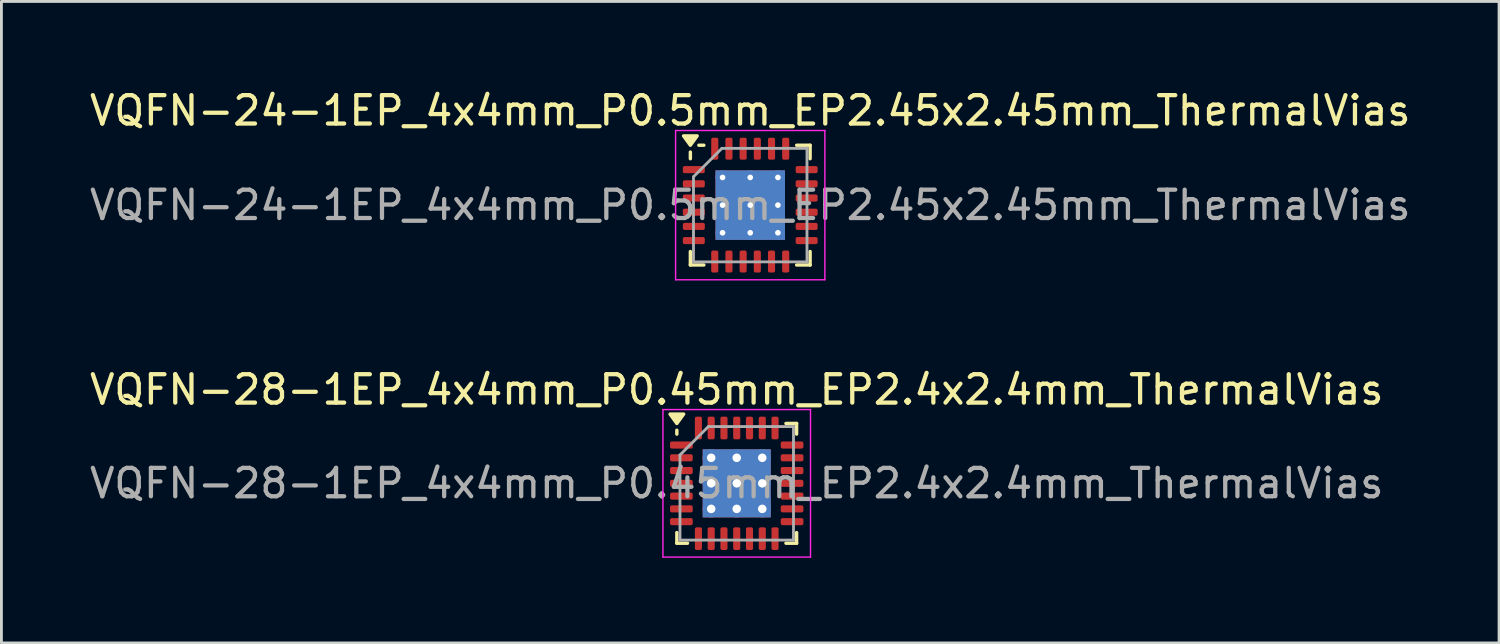
<source format=kicad_pcb>
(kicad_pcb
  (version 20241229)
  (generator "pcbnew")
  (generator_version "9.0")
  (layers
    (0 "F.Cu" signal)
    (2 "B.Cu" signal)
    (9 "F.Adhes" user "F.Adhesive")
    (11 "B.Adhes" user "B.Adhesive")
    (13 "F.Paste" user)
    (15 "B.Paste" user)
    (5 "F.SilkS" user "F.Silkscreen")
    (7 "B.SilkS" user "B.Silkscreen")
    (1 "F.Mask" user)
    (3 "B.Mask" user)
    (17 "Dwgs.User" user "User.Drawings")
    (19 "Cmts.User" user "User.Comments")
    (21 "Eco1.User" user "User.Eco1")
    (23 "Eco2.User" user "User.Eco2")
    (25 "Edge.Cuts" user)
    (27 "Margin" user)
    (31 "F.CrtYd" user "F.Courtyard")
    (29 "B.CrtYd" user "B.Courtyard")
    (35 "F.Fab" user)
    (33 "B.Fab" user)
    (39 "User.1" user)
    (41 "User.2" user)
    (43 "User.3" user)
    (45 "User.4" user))
  (footprint "VQFN-24-1EP_4x4mm_P0.5mm_EP2.45x2.45mm_ThermalVias"
    (layer "F.Cu")
    (at 23.387 4.178)
    (property "Reference" "VQFN-24-1EP_4x4mm_P0.5mm_EP2.45x2.45mm_ThermalVias" (at 0 -3.33 0) (layer "F.SilkS") (effects (font (size 1 1) (thickness 0.15))))
    (attr smd)
    (fp_line (start -2.11 -1.635) (end -2.11 -1.87) (stroke (width 0.12) (type solid)) (layer "F.SilkS"))
    (fp_line (start -2.11 2.11) (end -2.11 1.635) (stroke (width 0.12) (type solid)) (layer "F.SilkS"))
    (fp_line (start -1.635 -2.11) (end -1.81 -2.11) (stroke (width 0.12) (type solid)) (layer "F.SilkS"))
    (fp_line (start -1.635 2.11) (end -2.11 2.11) (stroke (width 0.12) (type solid)) (layer "F.SilkS"))
    (fp_line (start 1.635 -2.11) (end 2.11 -2.11) (stroke (width 0.12) (type solid)) (layer "F.SilkS"))
    (fp_line (start 1.635 2.11) (end 2.11 2.11) (stroke (width 0.12) (type solid)) (layer "F.SilkS"))
    (fp_line (start 2.11 -2.11) (end 2.11 -1.635) (stroke (width 0.12) (type solid)) (layer "F.SilkS"))
    (fp_line (start 2.11 2.11) (end 2.11 1.635) (stroke (width 0.12) (type solid)) (layer "F.SilkS"))
    (fp_poly (pts (xy -2.11 -2.11) (xy -2.35 -2.44) (xy -1.87 -2.44) (xy -2.11 -2.11)) (stroke (width 0.12) (type solid)) (fill yes) (layer "F.SilkS"))
    (fp_line (start -2.63 -2.63) (end -2.63 2.63) (stroke (width 0.05) (type solid)) (layer "F.CrtYd"))
    (fp_line (start -2.63 2.63) (end 2.63 2.63) (stroke (width 0.05) (type solid)) (layer "F.CrtYd"))
    (fp_line (start 2.63 -2.63) (end -2.63 -2.63) (stroke (width 0.05) (type solid)) (layer "F.CrtYd"))
    (fp_line (start 2.63 2.63) (end 2.63 -2.63) (stroke (width 0.05) (type solid)) (layer "F.CrtYd"))
    (fp_line (start -2 -1) (end -1 -2) (stroke (width 0.1) (type solid)) (layer "F.Fab"))
    (fp_line (start -2 2) (end -2 -1) (stroke (width 0.1) (type solid)) (layer "F.Fab"))
    (fp_line (start -1 -2) (end 2 -2) (stroke (width 0.1) (type solid)) (layer "F.Fab"))
    (fp_line (start 2 -2) (end 2 2) (stroke (width 0.1) (type solid)) (layer "F.Fab"))
    (fp_line (start 2 2) (end -2 2) (stroke (width 0.1) (type solid)) (layer "F.Fab"))
    (fp_text user "${REFERENCE}" (at 0 0 0) (layer "F.Fab") (effects (font (size 1 1) (thickness 0.15))))
    (pad "" smd custom (at -0.56 -0.56) (size 0.756 0.756) (layers "F.Paste") (options (anchor circle)) (primitives (gr_poly (pts (xy -0.301 -0.175) (xy -0.175 -0.301) (xy 0.175 -0.301) (xy 0.301 -0.175) (xy 0.301 0.175) (xy 0.175 0.301) (xy -0.175 0.301) (xy -0.301 0.175)) (width 0.306) (fill yes))))
    (pad "" smd custom (at -0.56 0.56) (size 0.756 0.756) (layers "F.Paste") (options (anchor circle)) (primitives (gr_poly (pts (xy -0.301 -0.175) (xy -0.175 -0.301) (xy 0.175 -0.301) (xy 0.301 -0.175) (xy 0.301 0.175) (xy 0.175 0.301) (xy -0.175 0.301) (xy -0.301 0.175)) (width 0.306) (fill yes))))
    (pad "" smd custom (at 0.56 -0.56) (size 0.756 0.756) (layers "F.Paste") (options (anchor circle)) (primitives (gr_poly (pts (xy -0.301 -0.175) (xy -0.175 -0.301) (xy 0.175 -0.301) (xy 0.301 -0.175) (xy 0.301 0.175) (xy 0.175 0.301) (xy -0.175 0.301) (xy -0.301 0.175)) (width 0.306) (fill yes))))
    (pad "" smd custom (at 0.56 0.56) (size 0.756 0.756) (layers "F.Paste") (options (anchor circle)) (primitives (gr_poly (pts (xy -0.301 -0.175) (xy -0.175 -0.301) (xy 0.175 -0.301) (xy 0.301 -0.175) (xy 0.301 0.175) (xy 0.175 0.301) (xy -0.175 0.301) (xy -0.301 0.175)) (width 0.306) (fill yes))))
    (pad "1" smd roundrect (at -1.988 -1.25) (size 0.775 0.25) (layers "F.Cu" "F.Mask" "F.Paste") (roundrect_rratio 0.25))
    (pad "2" smd roundrect (at -1.988 -0.75) (size 0.775 0.25) (layers "F.Cu" "F.Mask" "F.Paste") (roundrect_rratio 0.25))
    (pad "3" smd roundrect (at -1.988 -0.25) (size 0.775 0.25) (layers "F.Cu" "F.Mask" "F.Paste") (roundrect_rratio 0.25))
    (pad "4" smd roundrect (at -1.988 0.25) (size 0.775 0.25) (layers "F.Cu" "F.Mask" "F.Paste") (roundrect_rratio 0.25))
    (pad "5" smd roundrect (at -1.988 0.75) (size 0.775 0.25) (layers "F.Cu" "F.Mask" "F.Paste") (roundrect_rratio 0.25))
    (pad "6" smd roundrect (at -1.988 1.25) (size 0.775 0.25) (layers "F.Cu" "F.Mask" "F.Paste") (roundrect_rratio 0.25))
    (pad "7" smd roundrect (at -1.25 1.988) (size 0.25 0.775) (layers "F.Cu" "F.Mask" "F.Paste") (roundrect_rratio 0.25))
    (pad "8" smd roundrect (at -0.75 1.988) (size 0.25 0.775) (layers "F.Cu" "F.Mask" "F.Paste") (roundrect_rratio 0.25))
    (pad "9" smd roundrect (at -0.25 1.988) (size 0.25 0.775) (layers "F.Cu" "F.Mask" "F.Paste") (roundrect_rratio 0.25))
    (pad "10" smd roundrect (at 0.25 1.988) (size 0.25 0.775) (layers "F.Cu" "F.Mask" "F.Paste") (roundrect_rratio 0.25))
    (pad "11" smd roundrect (at 0.75 1.988) (size 0.25 0.775) (layers "F.Cu" "F.Mask" "F.Paste") (roundrect_rratio 0.25))
    (pad "12" smd roundrect (at 1.25 1.988) (size 0.25 0.775) (layers "F.Cu" "F.Mask" "F.Paste") (roundrect_rratio 0.25))
    (pad "13" smd roundrect (at 1.988 1.25) (size 0.775 0.25) (layers "F.Cu" "F.Mask" "F.Paste") (roundrect_rratio 0.25))
    (pad "14" smd roundrect (at 1.988 0.75) (size 0.775 0.25) (layers "F.Cu" "F.Mask" "F.Paste") (roundrect_rratio 0.25))
    (pad "15" smd roundrect (at 1.988 0.25) (size 0.775 0.25) (layers "F.Cu" "F.Mask" "F.Paste") (roundrect_rratio 0.25))
    (pad "16" smd roundrect (at 1.988 -0.25) (size 0.775 0.25) (layers "F.Cu" "F.Mask" "F.Paste") (roundrect_rratio 0.25))
    (pad "17" smd roundrect (at 1.988 -0.75) (size 0.775 0.25) (layers "F.Cu" "F.Mask" "F.Paste") (roundrect_rratio 0.25))
    (pad "18" smd roundrect (at 1.988 -1.25) (size 0.775 0.25) (layers "F.Cu" "F.Mask" "F.Paste") (roundrect_rratio 0.25))
    (pad "19" smd roundrect (at 1.25 -1.988) (size 0.25 0.775) (layers "F.Cu" "F.Mask" "F.Paste") (roundrect_rratio 0.25))
    (pad "20" smd roundrect (at 0.75 -1.988) (size 0.25 0.775) (layers "F.Cu" "F.Mask" "F.Paste") (roundrect_rratio 0.25))
    (pad "21" smd roundrect (at 0.25 -1.988) (size 0.25 0.775) (layers "F.Cu" "F.Mask" "F.Paste") (roundrect_rratio 0.25))
    (pad "22" smd roundrect (at -0.25 -1.988) (size 0.25 0.775) (layers "F.Cu" "F.Mask" "F.Paste") (roundrect_rratio 0.25))
    (pad "23" smd roundrect (at -0.75 -1.988) (size 0.25 0.775) (layers "F.Cu" "F.Mask" "F.Paste") (roundrect_rratio 0.25))
    (pad "24" smd roundrect (at -1.25 -1.988) (size 0.25 0.775) (layers "F.Cu" "F.Mask" "F.Paste") (roundrect_rratio 0.25))
    (pad "25" thru_hole circle (at -0.975 -0.975) (size 0.5 0.5) (drill 0.2) (property pad_prop_heatsink) (layers "*.Cu"))
    (pad "25" thru_hole circle (at -0.975 0) (size 0.5 0.5) (drill 0.2) (property pad_prop_heatsink) (layers "*.Cu"))
    (pad "25" thru_hole circle (at -0.975 0.975) (size 0.5 0.5) (drill 0.2) (property pad_prop_heatsink) (layers "*.Cu"))
    (pad "25" thru_hole circle (at 0 -0.975) (size 0.5 0.5) (drill 0.2) (property pad_prop_heatsink) (layers "*.Cu"))
    (pad "25" thru_hole circle (at 0 0) (size 0.5 0.5) (drill 0.2) (property pad_prop_heatsink) (layers "*.Cu"))
    (pad "25" smd rect (at 0 0) (size 2.45 2.45) (property pad_prop_heatsink) (layers "F.Cu" "F.Mask"))
    (pad "25" smd rect (at 0 0) (size 2.45 2.45) (property pad_prop_heatsink) (layers "B.Cu"))
    (pad "25" thru_hole circle (at 0 0.975) (size 0.5 0.5) (drill 0.2) (property pad_prop_heatsink) (layers "*.Cu"))
    (pad "25" thru_hole circle (at 0.975 -0.975) (size 0.5 0.5) (drill 0.2) (property pad_prop_heatsink) (layers "*.Cu"))
    (pad "25" thru_hole circle (at 0.975 0) (size 0.5 0.5) (drill 0.2) (property pad_prop_heatsink) (layers "*.Cu"))
    (pad "25" thru_hole circle (at 0.975 0.975) (size 0.5 0.5) (drill 0.2) (property pad_prop_heatsink) (layers "*.Cu")))
  (footprint "VQFN-28-1EP_4x4mm_P0.45mm_EP2.4x2.4mm_ThermalVias"
    (layer "F.Cu")
    (at 22.911 13.982)
    (property "Reference" "VQFN-28-1EP_4x4mm_P0.45mm_EP2.4x2.4mm_ThermalVias" (at 0 -3.3 0) (layer "F.SilkS") (effects (font (size 1 1) (thickness 0.15))))
    (attr smd)
    (fp_line (start -2.11 -1.735) (end -2.11 -1.87) (stroke (width 0.12) (type solid)) (layer "F.SilkS"))
    (fp_line (start -2.11 2.11) (end -2.11 1.735) (stroke (width 0.12) (type solid)) (layer "F.SilkS"))
    (fp_line (start -1.735 2.11) (end -2.11 2.11) (stroke (width 0.12) (type solid)) (layer "F.SilkS"))
    (fp_line (start 1.735 -2.11) (end 2.11 -2.11) (stroke (width 0.12) (type solid)) (layer "F.SilkS"))
    (fp_line (start 1.735 2.11) (end 2.11 2.11) (stroke (width 0.12) (type solid)) (layer "F.SilkS"))
    (fp_line (start 2.11 -2.11) (end 2.11 -1.735) (stroke (width 0.12) (type solid)) (layer "F.SilkS"))
    (fp_line (start 2.11 2.11) (end 2.11 1.735) (stroke (width 0.12) (type solid)) (layer "F.SilkS"))
    (fp_poly (pts (xy -2.11 -2.11) (xy -2.35 -2.44) (xy -1.87 -2.44) (xy -2.11 -2.11)) (stroke (width 0.12) (type solid)) (fill yes) (layer "F.SilkS"))
    (fp_line (start -2.6 -2.6) (end -2.6 2.6) (stroke (width 0.05) (type solid)) (layer "F.CrtYd"))
    (fp_line (start -2.6 2.6) (end 2.6 2.6) (stroke (width 0.05) (type solid)) (layer "F.CrtYd"))
    (fp_line (start 2.6 -2.6) (end -2.6 -2.6) (stroke (width 0.05) (type solid)) (layer "F.CrtYd"))
    (fp_line (start 2.6 2.6) (end 2.6 -2.6) (stroke (width 0.05) (type solid)) (layer "F.CrtYd"))
    (fp_line (start -2 -1) (end -1 -2) (stroke (width 0.1) (type solid)) (layer "F.Fab"))
    (fp_line (start -2 2) (end -2 -1) (stroke (width 0.1) (type solid)) (layer "F.Fab"))
    (fp_line (start -1 -2) (end 2 -2) (stroke (width 0.1) (type solid)) (layer "F.Fab"))
    (fp_line (start 2 -2) (end 2 2) (stroke (width 0.1) (type solid)) (layer "F.Fab"))
    (fp_line (start 2 2) (end -2 2) (stroke (width 0.1) (type solid)) (layer "F.Fab"))
    (fp_text user "${REFERENCE}" (at 0 0 0) (layer "F.Fab") (effects (font (size 1 1) (thickness 0.15))))
    (pad "" smd roundrect (at -0.6 -0.6) (size 1 1) (layers "F.Paste") (roundrect_rratio 0.25))
    (pad "" smd roundrect (at -0.6 0.6) (size 1 1) (layers "F.Paste") (roundrect_rratio 0.25))
    (pad "" smd roundrect (at 0.6 -0.6) (size 1 1) (layers "F.Paste") (roundrect_rratio 0.25))
    (pad "" smd roundrect (at 0.6 0.6) (size 1 1) (layers "F.Paste") (roundrect_rratio 0.25))
    (pad "1" smd roundrect (at -1.95 -1.35) (size 0.8 0.25) (layers "F.Cu" "F.Mask" "F.Paste") (roundrect_rratio 0.25))
    (pad "2" smd roundrect (at -1.95 -0.9) (size 0.8 0.25) (layers "F.Cu" "F.Mask" "F.Paste") (roundrect_rratio 0.25))
    (pad "3" smd roundrect (at -1.95 -0.45) (size 0.8 0.25) (layers "F.Cu" "F.Mask" "F.Paste") (roundrect_rratio 0.25))
    (pad "4" smd roundrect (at -1.95 0) (size 0.8 0.25) (layers "F.Cu" "F.Mask" "F.Paste") (roundrect_rratio 0.25))
    (pad "5" smd roundrect (at -1.95 0.45) (size 0.8 0.25) (layers "F.Cu" "F.Mask" "F.Paste") (roundrect_rratio 0.25))
    (pad "6" smd roundrect (at -1.95 0.9) (size 0.8 0.25) (layers "F.Cu" "F.Mask" "F.Paste") (roundrect_rratio 0.25))
    (pad "7" smd roundrect (at -1.95 1.35) (size 0.8 0.25) (layers "F.Cu" "F.Mask" "F.Paste") (roundrect_rratio 0.25))
    (pad "8" smd roundrect (at -1.35 1.95) (size 0.25 0.8) (layers "F.Cu" "F.Mask" "F.Paste") (roundrect_rratio 0.25))
    (pad "9" smd roundrect (at -0.9 1.95) (size 0.25 0.8) (layers "F.Cu" "F.Mask" "F.Paste") (roundrect_rratio 0.25))
    (pad "10" smd roundrect (at -0.45 1.95) (size 0.25 0.8) (layers "F.Cu" "F.Mask" "F.Paste") (roundrect_rratio 0.25))
    (pad "11" smd roundrect (at 0 1.95) (size 0.25 0.8) (layers "F.Cu" "F.Mask" "F.Paste") (roundrect_rratio 0.25))
    (pad "12" smd roundrect (at 0.45 1.95) (size 0.25 0.8) (layers "F.Cu" "F.Mask" "F.Paste") (roundrect_rratio 0.25))
    (pad "13" smd roundrect (at 0.9 1.95) (size 0.25 0.8) (layers "F.Cu" "F.Mask" "F.Paste") (roundrect_rratio 0.25))
    (pad "14" smd roundrect (at 1.35 1.95) (size 0.25 0.8) (layers "F.Cu" "F.Mask" "F.Paste") (roundrect_rratio 0.25))
    (pad "15" smd roundrect (at 1.95 1.35) (size 0.8 0.25) (layers "F.Cu" "F.Mask" "F.Paste") (roundrect_rratio 0.25))
    (pad "16" smd roundrect (at 1.95 0.9) (size 0.8 0.25) (layers "F.Cu" "F.Mask" "F.Paste") (roundrect_rratio 0.25))
    (pad "17" smd roundrect (at 1.95 0.45) (size 0.8 0.25) (layers "F.Cu" "F.Mask" "F.Paste") (roundrect_rratio 0.25))
    (pad "18" smd roundrect (at 1.95 0) (size 0.8 0.25) (layers "F.Cu" "F.Mask" "F.Paste") (roundrect_rratio 0.25))
    (pad "19" smd roundrect (at 1.95 -0.45) (size 0.8 0.25) (layers "F.Cu" "F.Mask" "F.Paste") (roundrect_rratio 0.25))
    (pad "20" smd roundrect (at 1.95 -0.9) (size 0.8 0.25) (layers "F.Cu" "F.Mask" "F.Paste") (roundrect_rratio 0.25))
    (pad "21" smd roundrect (at 1.95 -1.35) (size 0.8 0.25) (layers "F.Cu" "F.Mask" "F.Paste") (roundrect_rratio 0.25))
    (pad "22" smd roundrect (at 1.35 -1.95) (size 0.25 0.8) (layers "F.Cu" "F.Mask" "F.Paste") (roundrect_rratio 0.25))
    (pad "23" smd roundrect (at 0.9 -1.95) (size 0.25 0.8) (layers "F.Cu" "F.Mask" "F.Paste") (roundrect_rratio 0.25))
    (pad "24" smd roundrect (at 0.45 -1.95) (size 0.25 0.8) (layers "F.Cu" "F.Mask" "F.Paste") (roundrect_rratio 0.25))
    (pad "25" smd roundrect (at 0 -1.95) (size 0.25 0.8) (layers "F.Cu" "F.Mask" "F.Paste") (roundrect_rratio 0.25))
    (pad "26" smd roundrect (at -0.45 -1.95) (size 0.25 0.8) (layers "F.Cu" "F.Mask" "F.Paste") (roundrect_rratio 0.25))
    (pad "27" smd roundrect (at -0.9 -1.95) (size 0.25 0.8) (layers "F.Cu" "F.Mask" "F.Paste") (roundrect_rratio 0.25))
    (pad "28" smd roundrect (at -1.35 -1.95) (size 0.25 0.8) (layers "F.Cu" "F.Mask" "F.Paste") (roundrect_rratio 0.25))
    (pad "29" thru_hole circle (at -0.9 -0.9) (size 0.6 0.6) (drill 0.3) (property pad_prop_heatsink) (layers "*.Cu"))
    (pad "29" thru_hole circle (at -0.9 0) (size 0.6 0.6) (drill 0.3) (property pad_prop_heatsink) (layers "*.Cu"))
    (pad "29" thru_hole circle (at -0.9 0.9) (size 0.6 0.6) (drill 0.3) (property pad_prop_heatsink) (layers "*.Cu"))
    (pad "29" thru_hole circle (at 0 -0.9) (size 0.6 0.6) (drill 0.3) (property pad_prop_heatsink) (layers "*.Cu"))
    (pad "29" thru_hole circle (at 0 0) (size 0.6 0.6) (drill 0.3) (property pad_prop_heatsink) (layers "*.Cu"))
    (pad "29" smd rect (at 0 0) (size 2.4 2.4) (property pad_prop_heatsink) (layers "F.Cu" "F.Mask"))
    (pad "29" smd rect (at 0 0) (size 2.4 2.4) (property pad_prop_heatsink) (layers "B.Cu"))
    (pad "29" thru_hole circle (at 0 0.9) (size 0.6 0.6) (drill 0.3) (property pad_prop_heatsink) (layers "*.Cu"))
    (pad "29" thru_hole circle (at 0.9 -0.9) (size 0.6 0.6) (drill 0.3) (property pad_prop_heatsink) (layers "*.Cu"))
    (pad "29" thru_hole circle (at 0.9 0) (size 0.6 0.6) (drill 0.3) (property pad_prop_heatsink) (layers "*.Cu"))
    (pad "29" thru_hole circle (at 0.9 0.9) (size 0.6 0.6) (drill 0.3) (property pad_prop_heatsink) (layers "*.Cu")))
  (gr_rect
    (start -3 -3)
    (end 49.774 19.607)
    (stroke (width 0.1) (type default))
    (fill no)
    (layer "Edge.Cuts")))
</source>
